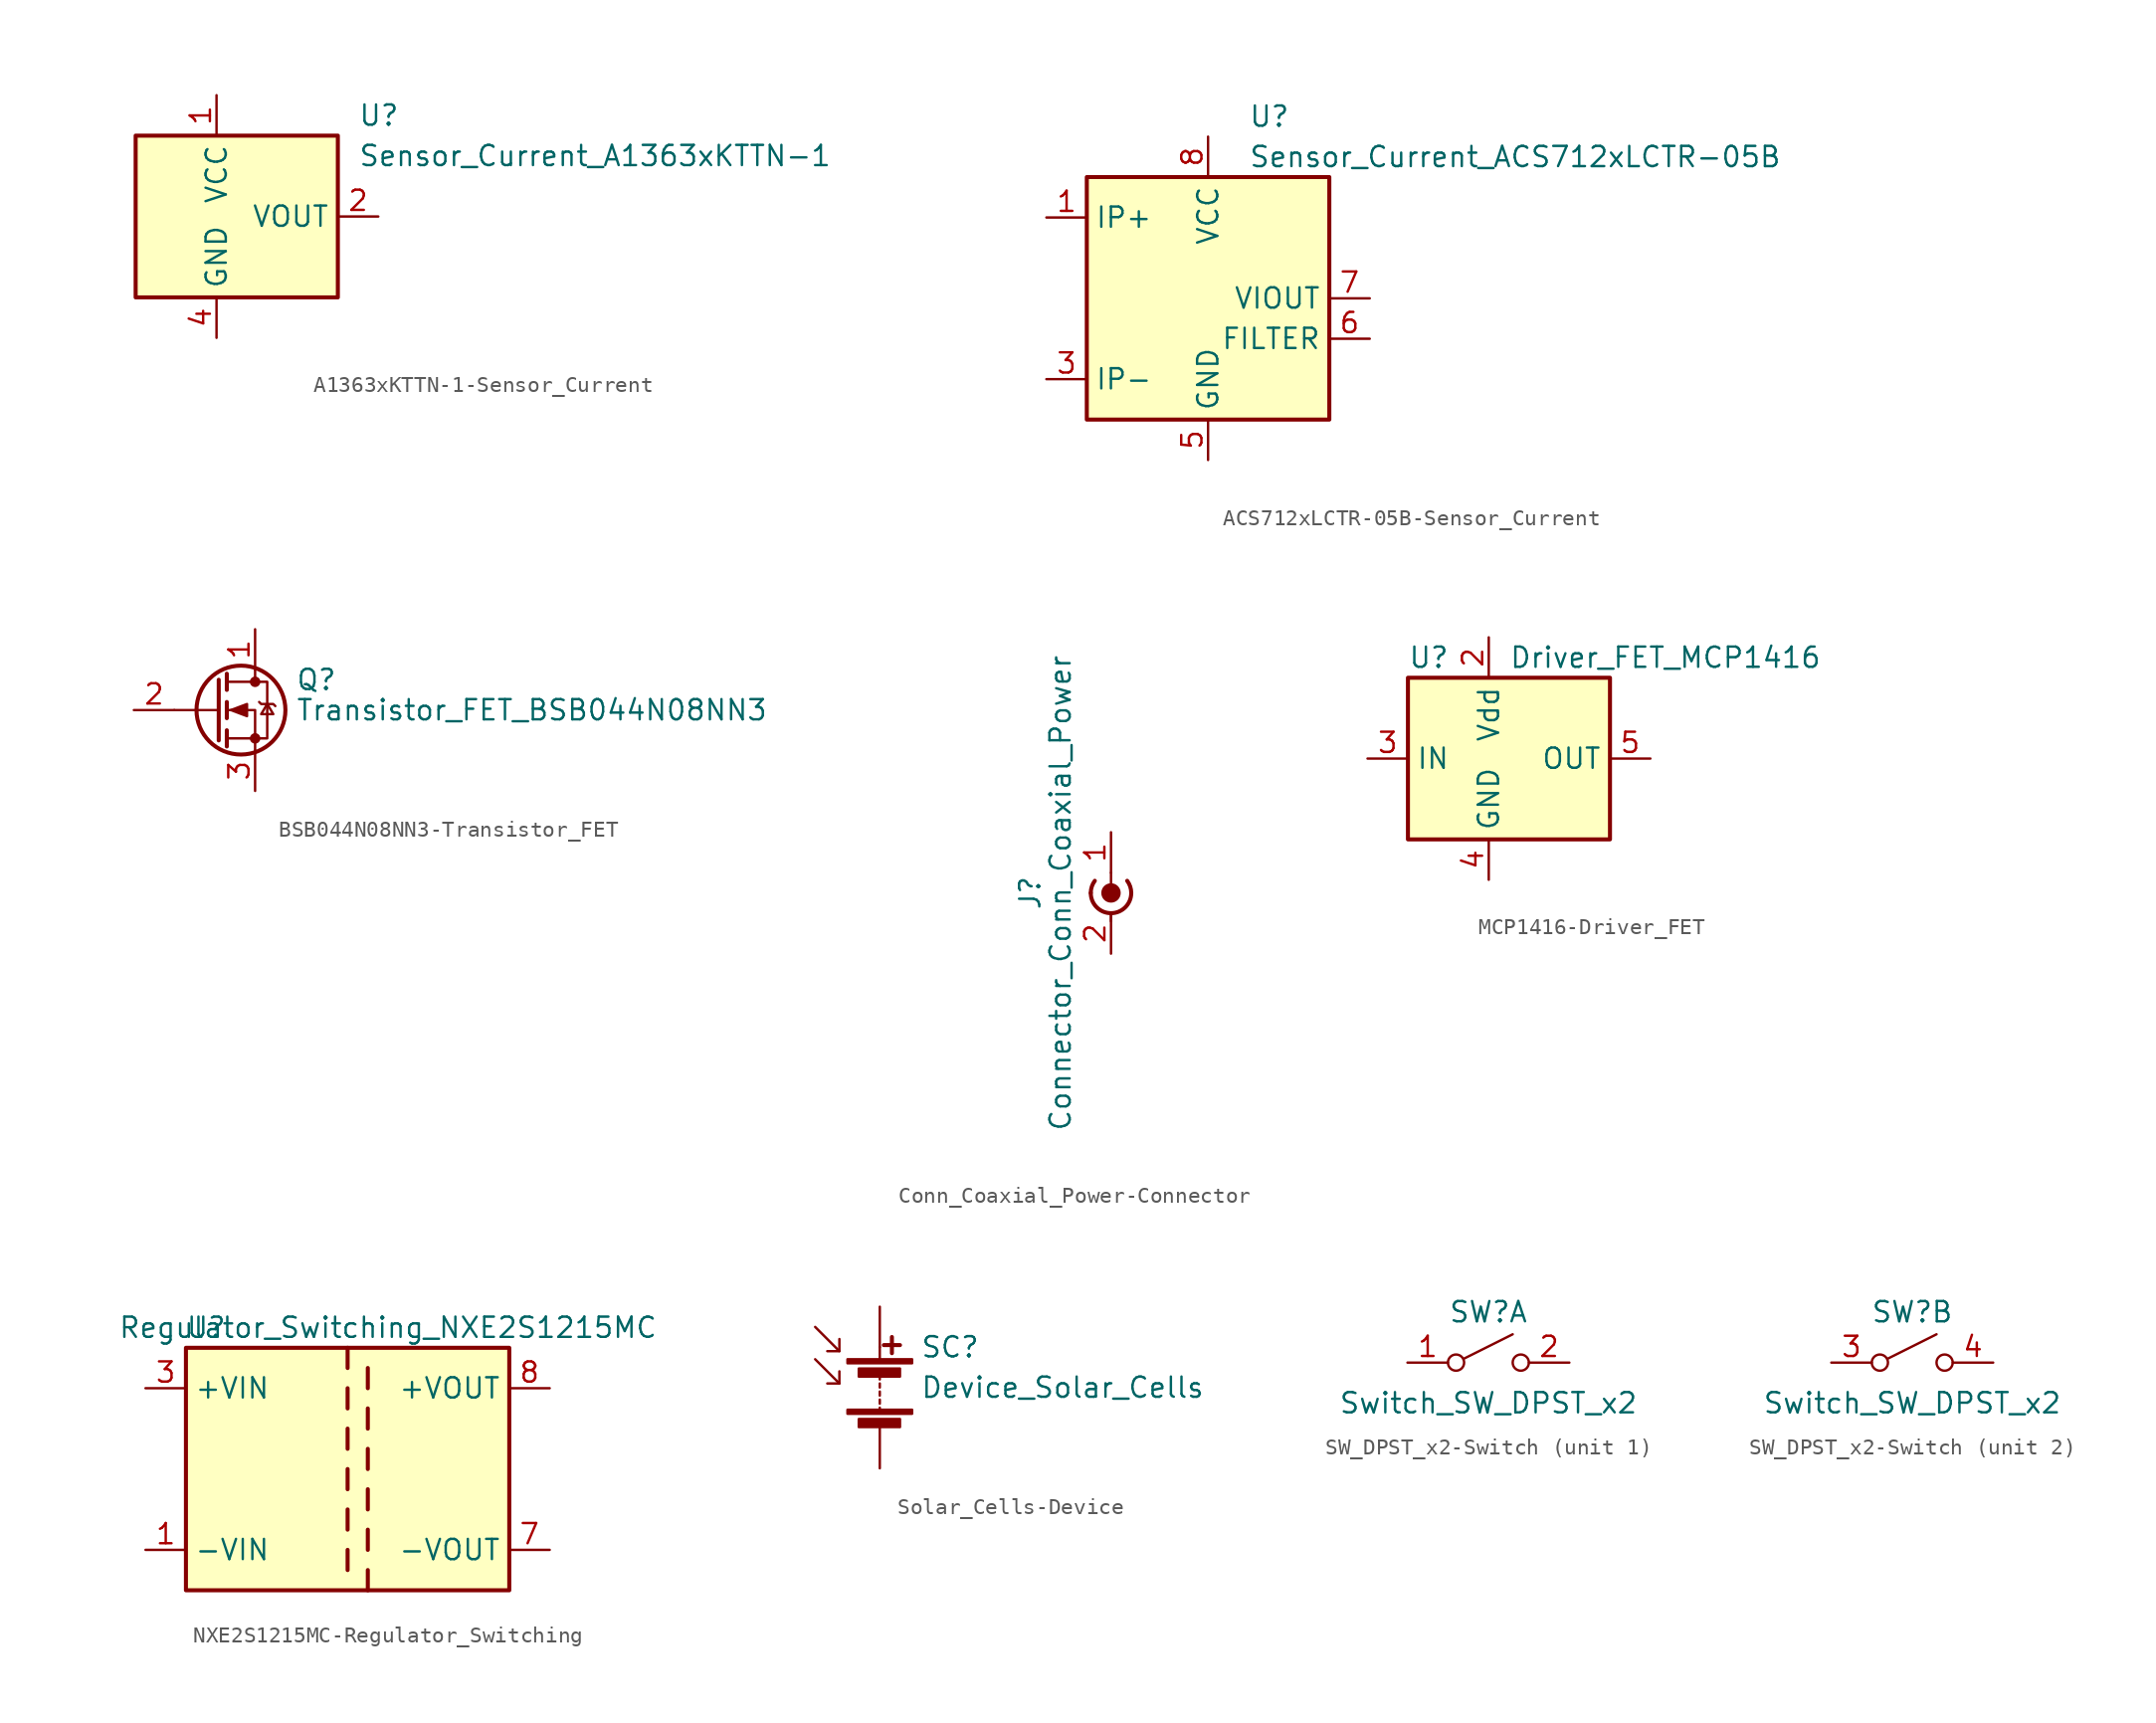
<source format=kicad_sym>
(kicad_symbol_lib
  (version 20220914)
  (generator kicad_symbol_editor)
  (symbol "A1363xKTTN-1-Sensor_Current"
    (property "Reference" "U"
      (at 8.89 6.35 0)
      (effects (font (size 1.27 1.27)) (justify left)))
    (property "Value" "Sensor_Current_A1363xKTTN-1"
      (at 8.89 3.81 0)
      (effects (font (size 1.27 1.27)) (justify left)))
    (symbol "A1363xKTTN-1-Sensor_Current_0_1"
      (rectangle (start -5.08 5.08) (end 7.62 -5.08) (stroke (width 0.254) (type solid)) (fill (type background))))
    (symbol "A1363xKTTN-1-Sensor_Current_1_1"
      (pin power_in line (at 0 7.62 270) (length 2.54) (name "VCC" (effects (font (size 1.27 1.27)))) (number "1" (effects (font (size 1.27 1.27)))))
      (pin output line (at 10.16 0 180) (length 2.54) (name "VOUT" (effects (font (size 1.27 1.27)))) (number "2" (effects (font (size 1.27 1.27)))))
      (pin no_connect line (at 7.62 -2.54 180) (length 2.54) hide (name "NC" (effects (font (size 1.27 1.27)))) (number "3" (effects (font (size 1.27 1.27)))))
      (pin power_in line (at 0 -7.62 90) (length 2.54) (name "GND" (effects (font (size 1.27 1.27)))) (number "4" (effects (font (size 1.27 1.27)))))))
  (symbol "ACS712xLCTR-05B-Sensor_Current"
    (property "Reference" "U"
      (at 2.54 11.43 0)
      (effects (font (size 1.27 1.27)) (justify left)))
    (property "Value" "Sensor_Current_ACS712xLCTR-05B"
      (at 2.54 8.89 0)
      (effects (font (size 1.27 1.27)) (justify left)))
    (symbol "ACS712xLCTR-05B-Sensor_Current_0_1"
      (rectangle (start -7.62 7.62) (end 7.62 -7.62) (stroke (width 0.254) (type solid)) (fill (type background))))
    (symbol "ACS712xLCTR-05B-Sensor_Current_1_1"
      (pin passive line (at -10.16 5.08 0) (length 2.54) (name "IP+" (effects (font (size 1.27 1.27)))) (number "1" (effects (font (size 1.27 1.27)))))
      (pin passive line (at -10.16 5.08 0) (length 2.54) hide (name "IP+" (effects (font (size 1.27 1.27)))) (number "2" (effects (font (size 1.27 1.27)))))
      (pin passive line (at -10.16 -5.08 0) (length 2.54) (name "IP-" (effects (font (size 1.27 1.27)))) (number "3" (effects (font (size 1.27 1.27)))))
      (pin passive line (at -10.16 -5.08 0) (length 2.54) hide (name "IP-" (effects (font (size 1.27 1.27)))) (number "4" (effects (font (size 1.27 1.27)))))
      (pin power_in line (at 0 -10.16 90) (length 2.54) (name "GND" (effects (font (size 1.27 1.27)))) (number "5" (effects (font (size 1.27 1.27)))))
      (pin passive line (at 10.16 -2.54 180) (length 2.54) (name "FILTER" (effects (font (size 1.27 1.27)))) (number "6" (effects (font (size 1.27 1.27)))))
      (pin output line (at 10.16 0 180) (length 2.54) (name "VIOUT" (effects (font (size 1.27 1.27)))) (number "7" (effects (font (size 1.27 1.27)))))
      (pin power_in line (at 0 10.16 270) (length 2.54) (name "VCC" (effects (font (size 1.27 1.27)))) (number "8" (effects (font (size 1.27 1.27)))))))
  (symbol "BSB044N08NN3-Transistor_FET"
    (pin_names hide)
    (property "Reference" "Q"
      (at 5.08 1.905 0)
      (effects (font (size 1.27 1.27)) (justify left)))
    (property "Value" "Transistor_FET_BSB044N08NN3"
      (at 5.08 0 0)
      (effects (font (size 1.27 1.27)) (justify left)))
    (symbol "BSB044N08NN3-Transistor_FET_0_1"
      (polyline (pts (xy 0.254 0) (xy -2.54 0)) (stroke (width 0) (type solid)) (fill (type none)))
      (polyline (pts (xy 0.254 1.905) (xy 0.254 -1.905)) (stroke (width 0.254) (type solid)) (fill (type none)))
      (polyline (pts (xy 0.762 -1.27) (xy 0.762 -2.286)) (stroke (width 0.254) (type solid)) (fill (type none)))
      (polyline (pts (xy 0.762 0.508) (xy 0.762 -0.508)) (stroke (width 0.254) (type solid)) (fill (type none)))
      (polyline (pts (xy 0.762 2.286) (xy 0.762 1.27)) (stroke (width 0.254) (type solid)) (fill (type none)))
      (polyline (pts (xy 2.54 2.54) (xy 2.54 1.778)) (stroke (width 0) (type solid)) (fill (type none)))
      (polyline (pts (xy 2.54 -2.54) (xy 2.54 0) (xy 0.762 0)) (stroke (width 0) (type solid)) (fill (type none)))
      (polyline (pts (xy 0.762 -1.778) (xy 3.302 -1.778) (xy 3.302 1.778) (xy 0.762 1.778)) (stroke (width 0) (type solid)) (fill (type none)))
      (polyline (pts (xy 1.016 0) (xy 2.032 0.381) (xy 2.032 -0.381) (xy 1.016 0)) (stroke (width 0) (type solid)) (fill (type outline)))
      (polyline (pts (xy 2.794 0.508) (xy 2.921 0.381) (xy 3.683 0.381) (xy 3.81 0.254)) (stroke (width 0) (type solid)) (fill (type none)))
      (polyline (pts (xy 3.302 0.381) (xy 2.921 -0.254) (xy 3.683 -0.254) (xy 3.302 0.381)) (stroke (width 0) (type solid)) (fill (type none)))
      (circle (center 1.651 0) (radius 2.794) (stroke (width 0.254) (type solid)) (fill (type none)))
      (circle (center 2.54 -1.778) (radius 0.254) (stroke (width 0) (type solid)) (fill (type outline)))
      (circle (center 2.54 1.778) (radius 0.254) (stroke (width 0) (type solid)) (fill (type outline))))
    (symbol "BSB044N08NN3-Transistor_FET_1_1"
      (pin passive line (at 2.54 5.08 270) (length 2.54) (name "D" (effects (font (size 1.27 1.27)))) (number "1" (effects (font (size 1.27 1.27)))))
      (pin input line (at -5.08 0 0) (length 2.54) (name "G" (effects (font (size 1.27 1.27)))) (number "2" (effects (font (size 1.27 1.27)))))
      (pin passive line (at 2.54 -5.08 90) (length 2.54) (name "S" (effects (font (size 1.27 1.27)))) (number "3" (effects (font (size 1.27 1.27)))))))
  (symbol "Conn_Coaxial_Power-Connector"
    (pin_names
      (offset 1.016) hide)
    (property "Reference" "J"
      (at -5.08 -1.27 90)
      (effects (font (size 1.27 1.27))))
    (property "Value" "Connector_Conn_Coaxial_Power"
      (at -3.175 -1.27 90)
      (effects (font (size 1.27 1.27))))
    (symbol "Conn_Coaxial_Power-Connector_0_1"
      (arc (start -1.27 -1.27) (mid 0 -2.5345) (end 1.27 -1.27) (stroke (width 0.254) (type solid)) (fill (type none)))
      (arc (start -1.016 -0.508) (mid -1.2048 -0.8684) (end -1.27 -1.27) (stroke (width 0.254) (type solid)) (fill (type none)))
      (circle (center 0 -1.27) (radius 0.508) (stroke (width 0.203) (type solid)) (fill (type outline)))
      (polyline (pts (xy 0 -2.54) (xy 0 -3.048)) (stroke (width 0) (type solid)) (fill (type none)))
      (polyline (pts (xy 0 0) (xy 0 -1.27)) (stroke (width 0) (type solid)) (fill (type none)))
      (arc (start 1.27 -1.27) (mid 1.2048 -0.8684) (end 1.016 -0.508) (stroke (width 0.254) (type solid)) (fill (type none))))
    (symbol "Conn_Coaxial_Power-Connector_1_1"
      (pin passive line (at 0 2.54 270) (length 2.54) (name "In" (effects (font (size 1.27 1.27)))) (number "1" (effects (font (size 1.27 1.27)))))
      (pin passive line (at 0 -5.08 90) (length 2.54) (name "Ext" (effects (font (size 1.27 1.27)))) (number "2" (effects (font (size 1.27 1.27)))))))
  (symbol "MCP1416-Driver_FET"
    (property "Reference" "U"
      (at -5.08 6.35 0)
      (effects (font (size 1.27 1.27)) (justify left)))
    (property "Value" "Driver_FET_MCP1416"
      (at 1.27 6.35 0)
      (effects (font (size 1.27 1.27)) (justify left)))
    (symbol "MCP1416-Driver_FET_0_1"
      (rectangle (start -5.08 5.08) (end 7.62 -5.08) (stroke (width 0.254) (type solid)) (fill (type background))))
    (symbol "MCP1416-Driver_FET_1_1"
      (pin no_connect line (at 7.62 -2.54 180) (length 2.54) hide (name "NC" (effects (font (size 1.27 1.27)))) (number "1" (effects (font (size 1.27 1.27)))))
      (pin power_in line (at 0 7.62 270) (length 2.54) (name "Vdd" (effects (font (size 1.27 1.27)))) (number "2" (effects (font (size 1.27 1.27)))))
      (pin input line (at -7.62 0 0) (length 2.54) (name "IN" (effects (font (size 1.27 1.27)))) (number "3" (effects (font (size 1.27 1.27)))))
      (pin power_in line (at 0 -7.62 90) (length 2.54) (name "GND" (effects (font (size 1.27 1.27)))) (number "4" (effects (font (size 1.27 1.27)))))
      (pin output line (at 10.16 0 180) (length 2.54) (name "OUT" (effects (font (size 1.27 1.27)))) (number "5" (effects (font (size 1.27 1.27)))))))
  (symbol "NXE2S1215MC-Regulator_Switching"
    (property "Reference" "U"
      (at -8.89 8.89 0)
      (effects (font (size 1.27 1.27))))
    (property "Value" "Regulator_Switching_NXE2S1215MC"
      (at 2.54 8.89 0)
      (effects (font (size 1.27 1.27))))
    (symbol "NXE2S1215MC-Regulator_Switching_0_1"
      (rectangle (start -10.16 7.62) (end 10.16 -7.62) (stroke (width 0.254) (type solid)) (fill (type background)))
      (polyline (pts (xy 0 -5.08) (xy 0 -6.35)) (stroke (width 0.254) (type solid)) (fill (type none)))
      (polyline (pts (xy 0 -2.54) (xy 0 -3.81)) (stroke (width 0.254) (type solid)) (fill (type none)))
      (polyline (pts (xy 0 0) (xy 0 -1.27)) (stroke (width 0.254) (type solid)) (fill (type none)))
      (polyline (pts (xy 0 2.54) (xy 0 1.27)) (stroke (width 0.254) (type solid)) (fill (type none)))
      (polyline (pts (xy 0 5.08) (xy 0 3.81)) (stroke (width 0.254) (type solid)) (fill (type none)))
      (polyline (pts (xy 0 7.62) (xy 0 6.35)) (stroke (width 0.254) (type solid)) (fill (type none)))
      (polyline (pts (xy 1.27 -7.62) (xy 1.27 -6.35)) (stroke (width 0.254) (type solid)) (fill (type none)))
      (polyline (pts (xy 1.27 -5.08) (xy 1.27 -3.81)) (stroke (width 0.254) (type solid)) (fill (type none)))
      (polyline (pts (xy 1.27 -2.54) (xy 1.27 -1.27)) (stroke (width 0.254) (type solid)) (fill (type none)))
      (polyline (pts (xy 1.27 0) (xy 1.27 1.27)) (stroke (width 0.254) (type solid)) (fill (type none)))
      (polyline (pts (xy 1.27 2.54) (xy 1.27 3.81)) (stroke (width 0.254) (type solid)) (fill (type none)))
      (polyline (pts (xy 1.27 5.08) (xy 1.27 6.35)) (stroke (width 0.254) (type solid)) (fill (type none))))
    (symbol "NXE2S1215MC-Regulator_Switching_1_1"
      (pin power_in line (at -12.7 -5.08 0) (length 2.54) (name "-VIN" (effects (font (size 1.27 1.27)))) (number "1" (effects (font (size 1.27 1.27)))))
      (pin no_connect line (at -10.16 0 0) (length 2.54) hide (name "NC" (effects (font (size 1.27 1.27)))) (number "14" (effects (font (size 1.27 1.27)))))
      (pin power_in line (at -12.7 5.08 0) (length 2.54) (name "+VIN" (effects (font (size 1.27 1.27)))) (number "3" (effects (font (size 1.27 1.27)))))
      (pin power_out line (at 12.7 -5.08 180) (length 2.54) (name "-VOUT" (effects (font (size 1.27 1.27)))) (number "7" (effects (font (size 1.27 1.27)))))
      (pin power_out line (at 12.7 5.08 180) (length 2.54) (name "+VOUT" (effects (font (size 1.27 1.27)))) (number "8" (effects (font (size 1.27 1.27)))))))
  (symbol "Solar_Cells-Device"
    (pin_numbers hide)
    (pin_names
      (offset 0) hide)
    (property "Reference" "SC"
      (at 2.54 2.54 0)
      (effects (font (size 1.27 1.27)) (justify left)))
    (property "Value" "Device_Solar_Cells"
      (at 2.54 0 0)
      (effects (font (size 1.27 1.27)) (justify left)))
    (symbol "Solar_Cells-Device_0_1"
      (rectangle (start -2.032 -1.397) (end 2.032 -1.651) (stroke (width 0) (type solid)) (fill (type outline)))
      (rectangle (start -2.032 1.778) (end 2.032 1.524) (stroke (width 0) (type solid)) (fill (type outline)))
      (rectangle (start -1.321 -1.981) (end 1.27 -2.489) (stroke (width 0) (type solid)) (fill (type outline)))
      (rectangle (start -1.321 1.194) (end 1.27 0.686) (stroke (width 0) (type solid)) (fill (type outline)))
      (polyline (pts (xy -2.54 0.254) (xy -4.064 1.778)) (stroke (width 0) (type solid)) (fill (type none)))
      (polyline (pts (xy -2.54 2.286) (xy -4.064 3.81)) (stroke (width 0) (type solid)) (fill (type none)))
      (polyline (pts (xy 0 -1.524) (xy 0 -1.27)) (stroke (width 0) (type solid)) (fill (type none)))
      (polyline (pts (xy 0 -1.016) (xy 0 -0.762)) (stroke (width 0) (type solid)) (fill (type none)))
      (polyline (pts (xy 0 -0.508) (xy 0 -0.254)) (stroke (width 0) (type solid)) (fill (type none)))
      (polyline (pts (xy 0 0) (xy 0 0.254)) (stroke (width 0) (type solid)) (fill (type none)))
      (polyline (pts (xy 0 0.508) (xy 0 0.762)) (stroke (width 0) (type solid)) (fill (type none)))
      (polyline (pts (xy 0 1.778) (xy 0 2.54)) (stroke (width 0) (type solid)) (fill (type none)))
      (polyline (pts (xy 0.254 2.667) (xy 1.27 2.667)) (stroke (width 0.254) (type solid)) (fill (type none)))
      (polyline (pts (xy 0.762 3.175) (xy 0.762 2.159)) (stroke (width 0.254) (type solid)) (fill (type none)))
      (polyline (pts (xy -2.54 1.016) (xy -2.54 0.254) (xy -3.302 0.254)) (stroke (width 0) (type solid)) (fill (type none)))
      (polyline (pts (xy -2.54 3.048) (xy -2.54 2.286) (xy -3.302 2.286)) (stroke (width 0) (type solid)) (fill (type none))))
    (symbol "Solar_Cells-Device_1_1"
      (pin passive line (at 0 5.08 270) (length 2.54) (name "+" (effects (font (size 1.27 1.27)))) (number "1" (effects (font (size 1.27 1.27)))))
      (pin passive line (at 0 -5.08 90) (length 2.54) (name "-" (effects (font (size 1.27 1.27)))) (number "2" (effects (font (size 1.27 1.27)))))))
  (symbol "SW_DPST_x2-Switch"
    (pin_names
      (offset 0) hide)
    (property "Reference" "SW"
      (at 0 3.175 0)
      (effects (font (size 1.27 1.27))))
    (property "Value" "Switch_SW_DPST_x2"
      (at 0 -2.54 0)
      (effects (font (size 1.27 1.27))))
    (symbol "SW_DPST_x2-Switch_0_0"
      (circle (center -2.032 0) (radius 0.508) (stroke (width 0) (type solid)) (fill (type none)))
      (polyline (pts (xy -1.524 0.254) (xy 1.524 1.778)) (stroke (width 0) (type solid)) (fill (type none)))
      (circle (center 2.032 0) (radius 0.508) (stroke (width 0) (type solid)) (fill (type none))))
    (symbol "SW_DPST_x2-Switch_1_1"
      (pin passive line (at -5.08 0 0) (length 2.54) (name "A" (effects (font (size 1.27 1.27)))) (number "1" (effects (font (size 1.27 1.27)))))
      (pin passive line (at 5.08 0 180) (length 2.54) (name "B" (effects (font (size 1.27 1.27)))) (number "2" (effects (font (size 1.27 1.27))))))
    (symbol "SW_DPST_x2-Switch_2_1"
      (pin passive line (at -5.08 0 0) (length 2.54) (name "A" (effects (font (size 1.27 1.27)))) (number "3" (effects (font (size 1.27 1.27)))))
      (pin passive line (at 5.08 0 180) (length 2.54) (name "B" (effects (font (size 1.27 1.27)))) (number "4" (effects (font (size 1.27 1.27))))))))
</source>
